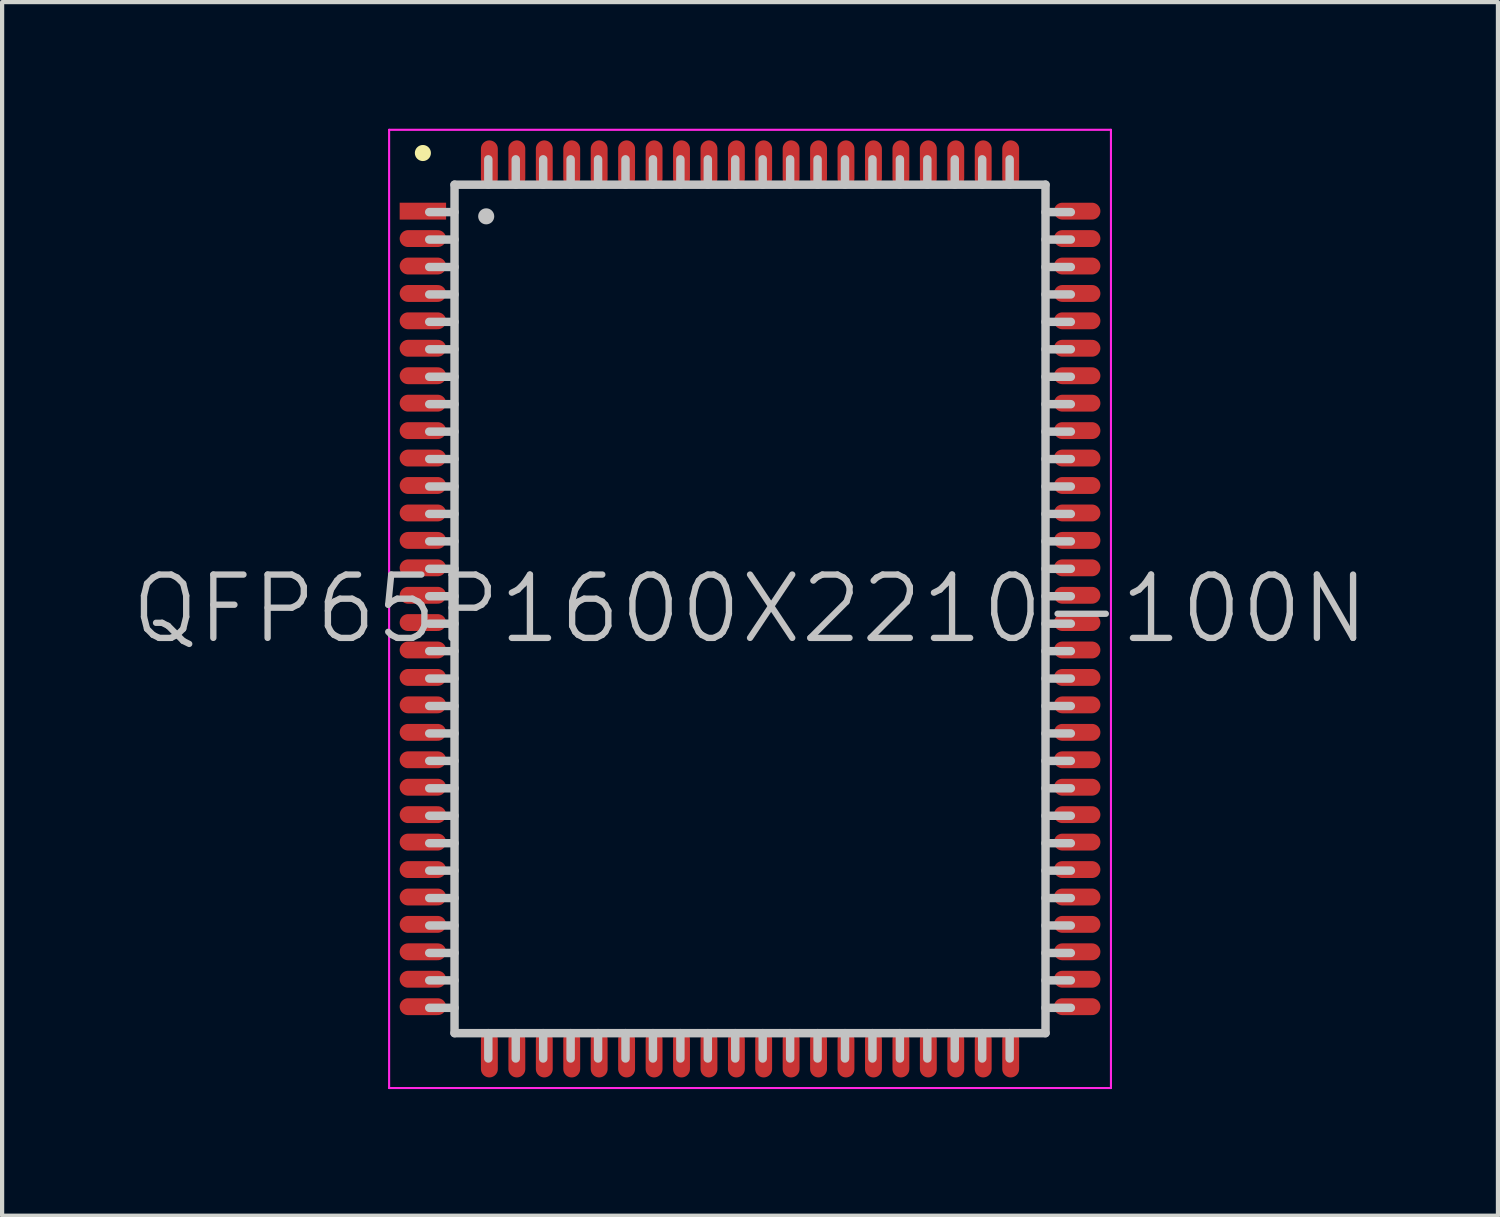
<source format=kicad_pcb>
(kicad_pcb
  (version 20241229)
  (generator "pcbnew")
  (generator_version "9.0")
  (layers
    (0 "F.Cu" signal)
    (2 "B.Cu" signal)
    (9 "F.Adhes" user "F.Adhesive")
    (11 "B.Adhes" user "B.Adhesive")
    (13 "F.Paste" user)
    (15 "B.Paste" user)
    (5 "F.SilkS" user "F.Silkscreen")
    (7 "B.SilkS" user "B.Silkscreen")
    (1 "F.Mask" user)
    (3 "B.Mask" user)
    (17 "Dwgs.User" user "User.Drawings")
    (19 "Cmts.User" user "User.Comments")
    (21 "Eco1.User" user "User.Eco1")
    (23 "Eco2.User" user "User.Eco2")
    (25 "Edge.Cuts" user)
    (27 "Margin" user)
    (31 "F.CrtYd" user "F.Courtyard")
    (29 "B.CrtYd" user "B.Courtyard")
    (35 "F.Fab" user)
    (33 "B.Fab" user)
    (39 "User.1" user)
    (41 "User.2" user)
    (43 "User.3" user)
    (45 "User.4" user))
  (footprint "QFP65P1600X2210-100N"
    (layer "F.Cu")
    (at 14.718 11.375)
    (property "Reference" "QFP65P1600X2210-100N" (at 0 0 0) (layer "Dwgs.User") (effects (font (size 1.5 1.5) (thickness 0.15))))
    (attr smd)
    (fp_line (start -7.75 -10.8) (end -7.75 -10.8) (stroke (width 0.381) (type solid)) (layer "F.SilkS"))
    (fp_line (start -7 -10.05) (end -7 10.05) (stroke (width 0.2) (type solid)) (layer "Dwgs.User"))
    (fp_line (start -7 -10.05) (end 7 -10.05) (stroke (width 0.2) (type solid)) (layer "Dwgs.User"))
    (fp_line (start -7 -9.4) (end -7.6 -9.4) (stroke (width 0.2) (type solid)) (layer "Dwgs.User"))
    (fp_line (start -7 -8.75) (end -7.6 -8.75) (stroke (width 0.2) (type solid)) (layer "Dwgs.User"))
    (fp_line (start -7 -8.1) (end -7.6 -8.1) (stroke (width 0.2) (type solid)) (layer "Dwgs.User"))
    (fp_line (start -7 -7.45) (end -7.6 -7.45) (stroke (width 0.2) (type solid)) (layer "Dwgs.User"))
    (fp_line (start -7 -6.8) (end -7.6 -6.8) (stroke (width 0.2) (type solid)) (layer "Dwgs.User"))
    (fp_line (start -7 -6.15) (end -7.6 -6.15) (stroke (width 0.2) (type solid)) (layer "Dwgs.User"))
    (fp_line (start -7 -5.5) (end -7.6 -5.5) (stroke (width 0.2) (type solid)) (layer "Dwgs.User"))
    (fp_line (start -7 -4.85) (end -7.6 -4.85) (stroke (width 0.2) (type solid)) (layer "Dwgs.User"))
    (fp_line (start -7 -4.2) (end -7.6 -4.2) (stroke (width 0.2) (type solid)) (layer "Dwgs.User"))
    (fp_line (start -7 -3.55) (end -7.6 -3.55) (stroke (width 0.2) (type solid)) (layer "Dwgs.User"))
    (fp_line (start -7 -2.9) (end -7.6 -2.9) (stroke (width 0.2) (type solid)) (layer "Dwgs.User"))
    (fp_line (start -7 -2.25) (end -7.6 -2.25) (stroke (width 0.2) (type solid)) (layer "Dwgs.User"))
    (fp_line (start -7 -1.6) (end -7.6 -1.6) (stroke (width 0.2) (type solid)) (layer "Dwgs.User"))
    (fp_line (start -7 -0.95) (end -7.6 -0.95) (stroke (width 0.2) (type solid)) (layer "Dwgs.User"))
    (fp_line (start -7 -0.3) (end -7.6 -0.3) (stroke (width 0.2) (type solid)) (layer "Dwgs.User"))
    (fp_line (start -7 0.35) (end -7.6 0.35) (stroke (width 0.2) (type solid)) (layer "Dwgs.User"))
    (fp_line (start -7 1) (end -7.6 1) (stroke (width 0.2) (type solid)) (layer "Dwgs.User"))
    (fp_line (start -7 1.65) (end -7.6 1.65) (stroke (width 0.2) (type solid)) (layer "Dwgs.User"))
    (fp_line (start -7 2.3) (end -7.6 2.3) (stroke (width 0.2) (type solid)) (layer "Dwgs.User"))
    (fp_line (start -7 2.95) (end -7.6 2.95) (stroke (width 0.2) (type solid)) (layer "Dwgs.User"))
    (fp_line (start -7 3.6) (end -7.6 3.6) (stroke (width 0.2) (type solid)) (layer "Dwgs.User"))
    (fp_line (start -7 4.25) (end -7.6 4.25) (stroke (width 0.2) (type solid)) (layer "Dwgs.User"))
    (fp_line (start -7 4.9) (end -7.6 4.9) (stroke (width 0.2) (type solid)) (layer "Dwgs.User"))
    (fp_line (start -7 5.55) (end -7.6 5.55) (stroke (width 0.2) (type solid)) (layer "Dwgs.User"))
    (fp_line (start -7 6.2) (end -7.6 6.2) (stroke (width 0.2) (type solid)) (layer "Dwgs.User"))
    (fp_line (start -7 6.85) (end -7.6 6.85) (stroke (width 0.2) (type solid)) (layer "Dwgs.User"))
    (fp_line (start -7 7.5) (end -7.6 7.5) (stroke (width 0.2) (type solid)) (layer "Dwgs.User"))
    (fp_line (start -7 8.15) (end -7.6 8.15) (stroke (width 0.2) (type solid)) (layer "Dwgs.User"))
    (fp_line (start -7 8.8) (end -7.6 8.8) (stroke (width 0.2) (type solid)) (layer "Dwgs.User"))
    (fp_line (start -7 9.45) (end -7.6 9.45) (stroke (width 0.2) (type solid)) (layer "Dwgs.User"))
    (fp_line (start -7 10.05) (end 7 10.05) (stroke (width 0.2) (type solid)) (layer "Dwgs.User"))
    (fp_line (start -6.25 -9.3) (end -6.25 -9.3) (stroke (width 0.381) (type solid)) (layer "Dwgs.User"))
    (fp_line (start -6.2 -10.05) (end -6.2 -10.65) (stroke (width 0.2) (type solid)) (layer "Dwgs.User"))
    (fp_line (start -6.2 10.65) (end -6.2 10.05) (stroke (width 0.2) (type solid)) (layer "Dwgs.User"))
    (fp_line (start -5.55 -10.05) (end -5.55 -10.65) (stroke (width 0.2) (type solid)) (layer "Dwgs.User"))
    (fp_line (start -5.55 10.65) (end -5.55 10.05) (stroke (width 0.2) (type solid)) (layer "Dwgs.User"))
    (fp_line (start -4.9 -10.05) (end -4.9 -10.65) (stroke (width 0.2) (type solid)) (layer "Dwgs.User"))
    (fp_line (start -4.9 10.65) (end -4.9 10.05) (stroke (width 0.2) (type solid)) (layer "Dwgs.User"))
    (fp_line (start -4.25 -10.05) (end -4.25 -10.65) (stroke (width 0.2) (type solid)) (layer "Dwgs.User"))
    (fp_line (start -4.25 10.65) (end -4.25 10.05) (stroke (width 0.2) (type solid)) (layer "Dwgs.User"))
    (fp_line (start -3.6 -10.05) (end -3.6 -10.65) (stroke (width 0.2) (type solid)) (layer "Dwgs.User"))
    (fp_line (start -3.6 10.65) (end -3.6 10.05) (stroke (width 0.2) (type solid)) (layer "Dwgs.User"))
    (fp_line (start -2.95 -10.05) (end -2.95 -10.65) (stroke (width 0.2) (type solid)) (layer "Dwgs.User"))
    (fp_line (start -2.95 10.65) (end -2.95 10.05) (stroke (width 0.2) (type solid)) (layer "Dwgs.User"))
    (fp_line (start -2.3 -10.05) (end -2.3 -10.65) (stroke (width 0.2) (type solid)) (layer "Dwgs.User"))
    (fp_line (start -2.3 10.65) (end -2.3 10.05) (stroke (width 0.2) (type solid)) (layer "Dwgs.User"))
    (fp_line (start -1.65 -10.05) (end -1.65 -10.65) (stroke (width 0.2) (type solid)) (layer "Dwgs.User"))
    (fp_line (start -1.65 10.65) (end -1.65 10.05) (stroke (width 0.2) (type solid)) (layer "Dwgs.User"))
    (fp_line (start -1 -10.05) (end -1 -10.65) (stroke (width 0.2) (type solid)) (layer "Dwgs.User"))
    (fp_line (start -1 10.65) (end -1 10.05) (stroke (width 0.2) (type solid)) (layer "Dwgs.User"))
    (fp_line (start -0.35 -10.05) (end -0.35 -10.65) (stroke (width 0.2) (type solid)) (layer "Dwgs.User"))
    (fp_line (start -0.35 10.65) (end -0.35 10.05) (stroke (width 0.2) (type solid)) (layer "Dwgs.User"))
    (fp_line (start 0.3 -10.05) (end 0.3 -10.65) (stroke (width 0.2) (type solid)) (layer "Dwgs.User"))
    (fp_line (start 0.3 10.65) (end 0.3 10.05) (stroke (width 0.2) (type solid)) (layer "Dwgs.User"))
    (fp_line (start 0.95 -10.05) (end 0.95 -10.65) (stroke (width 0.2) (type solid)) (layer "Dwgs.User"))
    (fp_line (start 0.95 10.65) (end 0.95 10.05) (stroke (width 0.2) (type solid)) (layer "Dwgs.User"))
    (fp_line (start 1.6 -10.05) (end 1.6 -10.65) (stroke (width 0.2) (type solid)) (layer "Dwgs.User"))
    (fp_line (start 1.6 10.65) (end 1.6 10.05) (stroke (width 0.2) (type solid)) (layer "Dwgs.User"))
    (fp_line (start 2.25 -10.05) (end 2.25 -10.65) (stroke (width 0.2) (type solid)) (layer "Dwgs.User"))
    (fp_line (start 2.25 10.65) (end 2.25 10.05) (stroke (width 0.2) (type solid)) (layer "Dwgs.User"))
    (fp_line (start 2.9 -10.05) (end 2.9 -10.65) (stroke (width 0.2) (type solid)) (layer "Dwgs.User"))
    (fp_line (start 2.9 10.65) (end 2.9 10.05) (stroke (width 0.2) (type solid)) (layer "Dwgs.User"))
    (fp_line (start 3.55 -10.05) (end 3.55 -10.65) (stroke (width 0.2) (type solid)) (layer "Dwgs.User"))
    (fp_line (start 3.55 10.65) (end 3.55 10.05) (stroke (width 0.2) (type solid)) (layer "Dwgs.User"))
    (fp_line (start 4.2 -10.05) (end 4.2 -10.65) (stroke (width 0.2) (type solid)) (layer "Dwgs.User"))
    (fp_line (start 4.2 10.65) (end 4.2 10.05) (stroke (width 0.2) (type solid)) (layer "Dwgs.User"))
    (fp_line (start 4.85 -10.05) (end 4.85 -10.65) (stroke (width 0.2) (type solid)) (layer "Dwgs.User"))
    (fp_line (start 4.85 10.65) (end 4.85 10.05) (stroke (width 0.2) (type solid)) (layer "Dwgs.User"))
    (fp_line (start 5.5 -10.05) (end 5.5 -10.65) (stroke (width 0.2) (type solid)) (layer "Dwgs.User"))
    (fp_line (start 5.5 10.65) (end 5.5 10.05) (stroke (width 0.2) (type solid)) (layer "Dwgs.User"))
    (fp_line (start 6.15 -10.05) (end 6.15 -10.65) (stroke (width 0.2) (type solid)) (layer "Dwgs.User"))
    (fp_line (start 6.15 10.65) (end 6.15 10.05) (stroke (width 0.2) (type solid)) (layer "Dwgs.User"))
    (fp_line (start 7 -10.05) (end 7 10.05) (stroke (width 0.2) (type solid)) (layer "Dwgs.User"))
    (fp_line (start 7.6 -9.4) (end 7 -9.4) (stroke (width 0.2) (type solid)) (layer "Dwgs.User"))
    (fp_line (start 7.6 -8.75) (end 7 -8.75) (stroke (width 0.2) (type solid)) (layer "Dwgs.User"))
    (fp_line (start 7.6 -8.1) (end 7 -8.1) (stroke (width 0.2) (type solid)) (layer "Dwgs.User"))
    (fp_line (start 7.6 -7.45) (end 7 -7.45) (stroke (width 0.2) (type solid)) (layer "Dwgs.User"))
    (fp_line (start 7.6 -6.8) (end 7 -6.8) (stroke (width 0.2) (type solid)) (layer "Dwgs.User"))
    (fp_line (start 7.6 -6.15) (end 7 -6.15) (stroke (width 0.2) (type solid)) (layer "Dwgs.User"))
    (fp_line (start 7.6 -5.5) (end 7 -5.5) (stroke (width 0.2) (type solid)) (layer "Dwgs.User"))
    (fp_line (start 7.6 -4.85) (end 7 -4.85) (stroke (width 0.2) (type solid)) (layer "Dwgs.User"))
    (fp_line (start 7.6 -4.2) (end 7 -4.2) (stroke (width 0.2) (type solid)) (layer "Dwgs.User"))
    (fp_line (start 7.6 -3.55) (end 7 -3.55) (stroke (width 0.2) (type solid)) (layer "Dwgs.User"))
    (fp_line (start 7.6 -2.9) (end 7 -2.9) (stroke (width 0.2) (type solid)) (layer "Dwgs.User"))
    (fp_line (start 7.6 -2.25) (end 7 -2.25) (stroke (width 0.2) (type solid)) (layer "Dwgs.User"))
    (fp_line (start 7.6 -1.6) (end 7 -1.6) (stroke (width 0.2) (type solid)) (layer "Dwgs.User"))
    (fp_line (start 7.6 -0.95) (end 7 -0.95) (stroke (width 0.2) (type solid)) (layer "Dwgs.User"))
    (fp_line (start 7.6 -0.3) (end 7 -0.3) (stroke (width 0.2) (type solid)) (layer "Dwgs.User"))
    (fp_line (start 7.6 0.35) (end 7 0.35) (stroke (width 0.2) (type solid)) (layer "Dwgs.User"))
    (fp_line (start 7.6 1) (end 7 1) (stroke (width 0.2) (type solid)) (layer "Dwgs.User"))
    (fp_line (start 7.6 1.65) (end 7 1.65) (stroke (width 0.2) (type solid)) (layer "Dwgs.User"))
    (fp_line (start 7.6 2.3) (end 7 2.3) (stroke (width 0.2) (type solid)) (layer "Dwgs.User"))
    (fp_line (start 7.6 2.95) (end 7 2.95) (stroke (width 0.2) (type solid)) (layer "Dwgs.User"))
    (fp_line (start 7.6 3.6) (end 7 3.6) (stroke (width 0.2) (type solid)) (layer "Dwgs.User"))
    (fp_line (start 7.6 4.25) (end 7 4.25) (stroke (width 0.2) (type solid)) (layer "Dwgs.User"))
    (fp_line (start 7.6 4.9) (end 7 4.9) (stroke (width 0.2) (type solid)) (layer "Dwgs.User"))
    (fp_line (start 7.6 5.55) (end 7 5.55) (stroke (width 0.2) (type solid)) (layer "Dwgs.User"))
    (fp_line (start 7.6 6.2) (end 7 6.2) (stroke (width 0.2) (type solid)) (layer "Dwgs.User"))
    (fp_line (start 7.6 6.85) (end 7 6.85) (stroke (width 0.2) (type solid)) (layer "Dwgs.User"))
    (fp_line (start 7.6 7.5) (end 7 7.5) (stroke (width 0.2) (type solid)) (layer "Dwgs.User"))
    (fp_line (start 7.6 8.15) (end 7 8.15) (stroke (width 0.2) (type solid)) (layer "Dwgs.User"))
    (fp_line (start 7.6 8.8) (end 7 8.8) (stroke (width 0.2) (type solid)) (layer "Dwgs.User"))
    (fp_line (start 7.6 9.45) (end 7 9.45) (stroke (width 0.2) (type solid)) (layer "Dwgs.User"))
    (fp_line (start -8.55 -11.35) (end -8.55 11.35) (stroke (width 0.05) (type solid)) (layer "F.CrtYd"))
    (fp_line (start -8.55 -11.35) (end 8.55 -11.35) (stroke (width 0.05) (type solid)) (layer "F.CrtYd"))
    (fp_line (start -8.55 11.35) (end 8.55 11.35) (stroke (width 0.05) (type solid)) (layer "F.CrtYd"))
    (fp_line (start 8.55 -11.35) (end 8.55 11.35) (stroke (width 0.05) (type solid)) (layer "F.CrtYd"))
    (pad "1" smd rect (at -7.75 -9.423 90) (size 0.4 1.1) (layers "F.Cu" "F.Mask" "F.Paste"))
    (pad "2" smd oval (at -7.75 -8.773 90) (size 0.4 1.1) (layers "F.Cu" "F.Mask" "F.Paste"))
    (pad "3" smd oval (at -7.75 -8.123 90) (size 0.4 1.1) (layers "F.Cu" "F.Mask" "F.Paste"))
    (pad "4" smd oval (at -7.75 -7.473 90) (size 0.4 1.1) (layers "F.Cu" "F.Mask" "F.Paste"))
    (pad "5" smd oval (at -7.75 -6.825 90) (size 0.4 1.1) (layers "F.Cu" "F.Mask" "F.Paste"))
    (pad "6" smd oval (at -7.75 -6.175 90) (size 0.4 1.1) (layers "F.Cu" "F.Mask" "F.Paste"))
    (pad "7" smd oval (at -7.75 -5.524 90) (size 0.4 1.1) (layers "F.Cu" "F.Mask" "F.Paste"))
    (pad "8" smd oval (at -7.75 -4.874 90) (size 0.4 1.1) (layers "F.Cu" "F.Mask" "F.Paste"))
    (pad "9" smd oval (at -7.75 -4.224 90) (size 0.4 1.1) (layers "F.Cu" "F.Mask" "F.Paste"))
    (pad "10" smd oval (at -7.75 -3.574 90) (size 0.4 1.1) (layers "F.Cu" "F.Mask" "F.Paste"))
    (pad "11" smd oval (at -7.75 -2.924 90) (size 0.4 1.1) (layers "F.Cu" "F.Mask" "F.Paste"))
    (pad "12" smd oval (at -7.75 -2.273 90) (size 0.4 1.1) (layers "F.Cu" "F.Mask" "F.Paste"))
    (pad "13" smd oval (at -7.75 -1.623 90) (size 0.4 1.1) (layers "F.Cu" "F.Mask" "F.Paste"))
    (pad "14" smd oval (at -7.75 -0.973 90) (size 0.4 1.1) (layers "F.Cu" "F.Mask" "F.Paste"))
    (pad "15" smd oval (at -7.75 -0.323 90) (size 0.4 1.1) (layers "F.Cu" "F.Mask" "F.Paste"))
    (pad "16" smd oval (at -7.75 0.323 90) (size 0.4 1.1) (layers "F.Cu" "F.Mask" "F.Paste"))
    (pad "17" smd oval (at -7.75 0.973 90) (size 0.4 1.1) (layers "F.Cu" "F.Mask" "F.Paste"))
    (pad "18" smd oval (at -7.75 1.623 90) (size 0.4 1.1) (layers "F.Cu" "F.Mask" "F.Paste"))
    (pad "19" smd oval (at -7.75 2.273 90) (size 0.4 1.1) (layers "F.Cu" "F.Mask" "F.Paste"))
    (pad "20" smd oval (at -7.75 2.924 90) (size 0.4 1.1) (layers "F.Cu" "F.Mask" "F.Paste"))
    (pad "21" smd oval (at -7.75 3.574 90) (size 0.4 1.1) (layers "F.Cu" "F.Mask" "F.Paste"))
    (pad "22" smd oval (at -7.75 4.224 90) (size 0.4 1.1) (layers "F.Cu" "F.Mask" "F.Paste"))
    (pad "23" smd oval (at -7.75 4.874 90) (size 0.4 1.1) (layers "F.Cu" "F.Mask" "F.Paste"))
    (pad "24" smd oval (at -7.75 5.524 90) (size 0.4 1.1) (layers "F.Cu" "F.Mask" "F.Paste"))
    (pad "25" smd oval (at -7.75 6.175 90) (size 0.4 1.1) (layers "F.Cu" "F.Mask" "F.Paste"))
    (pad "26" smd oval (at -7.75 6.825 90) (size 0.4 1.1) (layers "F.Cu" "F.Mask" "F.Paste"))
    (pad "27" smd oval (at -7.75 7.473 90) (size 0.4 1.1) (layers "F.Cu" "F.Mask" "F.Paste"))
    (pad "28" smd oval (at -7.75 8.123 90) (size 0.4 1.1) (layers "F.Cu" "F.Mask" "F.Paste"))
    (pad "29" smd oval (at -7.75 8.773 90) (size 0.4 1.1) (layers "F.Cu" "F.Mask" "F.Paste"))
    (pad "30" smd oval (at -7.75 9.423 90) (size 0.4 1.1) (layers "F.Cu" "F.Mask" "F.Paste"))
    (pad "31" smd oval (at -6.175 10.549 180) (size 0.4 1.1) (layers "F.Cu" "F.Mask" "F.Paste"))
    (pad "32" smd oval (at -5.524 10.549 180) (size 0.4 1.1) (layers "F.Cu" "F.Mask" "F.Paste"))
    (pad "33" smd oval (at -4.874 10.549 180) (size 0.4 1.1) (layers "F.Cu" "F.Mask" "F.Paste"))
    (pad "34" smd oval (at -4.224 10.549 180) (size 0.4 1.1) (layers "F.Cu" "F.Mask" "F.Paste"))
    (pad "35" smd oval (at -3.574 10.549 180) (size 0.4 1.1) (layers "F.Cu" "F.Mask" "F.Paste"))
    (pad "36" smd oval (at -2.924 10.549 180) (size 0.4 1.1) (layers "F.Cu" "F.Mask" "F.Paste"))
    (pad "37" smd oval (at -2.273 10.549 180) (size 0.4 1.1) (layers "F.Cu" "F.Mask" "F.Paste"))
    (pad "38" smd oval (at -1.623 10.549 180) (size 0.4 1.1) (layers "F.Cu" "F.Mask" "F.Paste"))
    (pad "39" smd oval (at -0.973 10.549 180) (size 0.4 1.1) (layers "F.Cu" "F.Mask" "F.Paste"))
    (pad "40" smd oval (at -0.323 10.549 180) (size 0.4 1.1) (layers "F.Cu" "F.Mask" "F.Paste"))
    (pad "41" smd oval (at 0.323 10.549 180) (size 0.4 1.1) (layers "F.Cu" "F.Mask" "F.Paste"))
    (pad "42" smd oval (at 0.973 10.549 180) (size 0.4 1.1) (layers "F.Cu" "F.Mask" "F.Paste"))
    (pad "43" smd oval (at 1.623 10.549 180) (size 0.4 1.1) (layers "F.Cu" "F.Mask" "F.Paste"))
    (pad "44" smd oval (at 2.273 10.549 180) (size 0.4 1.1) (layers "F.Cu" "F.Mask" "F.Paste"))
    (pad "45" smd oval (at 2.924 10.549 180) (size 0.4 1.1) (layers "F.Cu" "F.Mask" "F.Paste"))
    (pad "46" smd oval (at 3.574 10.549 180) (size 0.4 1.1) (layers "F.Cu" "F.Mask" "F.Paste"))
    (pad "47" smd oval (at 4.224 10.549 180) (size 0.4 1.1) (layers "F.Cu" "F.Mask" "F.Paste"))
    (pad "48" smd oval (at 4.874 10.549 180) (size 0.4 1.1) (layers "F.Cu" "F.Mask" "F.Paste"))
    (pad "49" smd oval (at 5.524 10.549 180) (size 0.4 1.1) (layers "F.Cu" "F.Mask" "F.Paste"))
    (pad "50" smd oval (at 6.175 10.549 180) (size 0.4 1.1) (layers "F.Cu" "F.Mask" "F.Paste"))
    (pad "51" smd oval (at 7.75 9.423 270) (size 0.4 1.1) (layers "F.Cu" "F.Mask" "F.Paste"))
    (pad "52" smd oval (at 7.75 8.773 270) (size 0.4 1.1) (layers "F.Cu" "F.Mask" "F.Paste"))
    (pad "53" smd oval (at 7.75 8.123 270) (size 0.4 1.1) (layers "F.Cu" "F.Mask" "F.Paste"))
    (pad "54" smd oval (at 7.75 7.473 270) (size 0.4 1.1) (layers "F.Cu" "F.Mask" "F.Paste"))
    (pad "55" smd oval (at 7.75 6.825 270) (size 0.4 1.1) (layers "F.Cu" "F.Mask" "F.Paste"))
    (pad "56" smd oval (at 7.75 6.175 270) (size 0.4 1.1) (layers "F.Cu" "F.Mask" "F.Paste"))
    (pad "57" smd oval (at 7.75 5.524 270) (size 0.4 1.1) (layers "F.Cu" "F.Mask" "F.Paste"))
    (pad "58" smd oval (at 7.75 4.874 270) (size 0.4 1.1) (layers "F.Cu" "F.Mask" "F.Paste"))
    (pad "59" smd oval (at 7.75 4.224 270) (size 0.4 1.1) (layers "F.Cu" "F.Mask" "F.Paste"))
    (pad "60" smd oval (at 7.75 3.574 270) (size 0.4 1.1) (layers "F.Cu" "F.Mask" "F.Paste"))
    (pad "61" smd oval (at 7.75 2.924 270) (size 0.4 1.1) (layers "F.Cu" "F.Mask" "F.Paste"))
    (pad "62" smd oval (at 7.75 2.273 270) (size 0.4 1.1) (layers "F.Cu" "F.Mask" "F.Paste"))
    (pad "63" smd oval (at 7.75 1.623 270) (size 0.4 1.1) (layers "F.Cu" "F.Mask" "F.Paste"))
    (pad "64" smd oval (at 7.75 0.973 270) (size 0.4 1.1) (layers "F.Cu" "F.Mask" "F.Paste"))
    (pad "65" smd oval (at 7.75 0.323 270) (size 0.4 1.1) (layers "F.Cu" "F.Mask" "F.Paste"))
    (pad "66" smd oval (at 7.75 -0.323 270) (size 0.4 1.1) (layers "F.Cu" "F.Mask" "F.Paste"))
    (pad "67" smd oval (at 7.75 -0.973 270) (size 0.4 1.1) (layers "F.Cu" "F.Mask" "F.Paste"))
    (pad "68" smd oval (at 7.75 -1.623 270) (size 0.4 1.1) (layers "F.Cu" "F.Mask" "F.Paste"))
    (pad "69" smd oval (at 7.75 -2.273 270) (size 0.4 1.1) (layers "F.Cu" "F.Mask" "F.Paste"))
    (pad "70" smd oval (at 7.75 -2.924 270) (size 0.4 1.1) (layers "F.Cu" "F.Mask" "F.Paste"))
    (pad "71" smd oval (at 7.75 -3.574 270) (size 0.4 1.1) (layers "F.Cu" "F.Mask" "F.Paste"))
    (pad "72" smd oval (at 7.75 -4.224 270) (size 0.4 1.1) (layers "F.Cu" "F.Mask" "F.Paste"))
    (pad "73" smd oval (at 7.75 -4.874 270) (size 0.4 1.1) (layers "F.Cu" "F.Mask" "F.Paste"))
    (pad "74" smd oval (at 7.75 -5.524 270) (size 0.4 1.1) (layers "F.Cu" "F.Mask" "F.Paste"))
    (pad "75" smd oval (at 7.75 -6.175 270) (size 0.4 1.1) (layers "F.Cu" "F.Mask" "F.Paste"))
    (pad "76" smd oval (at 7.75 -6.825 270) (size 0.4 1.1) (layers "F.Cu" "F.Mask" "F.Paste"))
    (pad "77" smd oval (at 7.75 -7.473 270) (size 0.4 1.1) (layers "F.Cu" "F.Mask" "F.Paste"))
    (pad "78" smd oval (at 7.75 -8.123 270) (size 0.4 1.1) (layers "F.Cu" "F.Mask" "F.Paste"))
    (pad "79" smd oval (at 7.75 -8.773 270) (size 0.4 1.1) (layers "F.Cu" "F.Mask" "F.Paste"))
    (pad "80" smd oval (at 7.75 -9.423 270) (size 0.4 1.1) (layers "F.Cu" "F.Mask" "F.Paste"))
    (pad "81" smd oval (at 6.175 -10.549) (size 0.4 1.1) (layers "F.Cu" "F.Mask" "F.Paste"))
    (pad "82" smd oval (at 5.524 -10.549) (size 0.4 1.1) (layers "F.Cu" "F.Mask" "F.Paste"))
    (pad "83" smd oval (at 4.874 -10.549) (size 0.4 1.1) (layers "F.Cu" "F.Mask" "F.Paste"))
    (pad "84" smd oval (at 4.224 -10.549) (size 0.4 1.1) (layers "F.Cu" "F.Mask" "F.Paste"))
    (pad "85" smd oval (at 3.574 -10.549) (size 0.4 1.1) (layers "F.Cu" "F.Mask" "F.Paste"))
    (pad "86" smd oval (at 2.924 -10.549) (size 0.4 1.1) (layers "F.Cu" "F.Mask" "F.Paste"))
    (pad "87" smd oval (at 2.273 -10.549) (size 0.4 1.1) (layers "F.Cu" "F.Mask" "F.Paste"))
    (pad "88" smd oval (at 1.623 -10.549) (size 0.4 1.1) (layers "F.Cu" "F.Mask" "F.Paste"))
    (pad "89" smd oval (at 0.973 -10.549) (size 0.4 1.1) (layers "F.Cu" "F.Mask" "F.Paste"))
    (pad "90" smd oval (at 0.323 -10.549) (size 0.4 1.1) (layers "F.Cu" "F.Mask" "F.Paste"))
    (pad "91" smd oval (at -0.323 -10.549) (size 0.4 1.1) (layers "F.Cu" "F.Mask" "F.Paste"))
    (pad "92" smd oval (at -0.973 -10.549) (size 0.4 1.1) (layers "F.Cu" "F.Mask" "F.Paste"))
    (pad "93" smd oval (at -1.623 -10.549) (size 0.4 1.1) (layers "F.Cu" "F.Mask" "F.Paste"))
    (pad "94" smd oval (at -2.273 -10.549) (size 0.4 1.1) (layers "F.Cu" "F.Mask" "F.Paste"))
    (pad "95" smd oval (at -2.924 -10.549) (size 0.4 1.1) (layers "F.Cu" "F.Mask" "F.Paste"))
    (pad "96" smd oval (at -3.574 -10.549) (size 0.4 1.1) (layers "F.Cu" "F.Mask" "F.Paste"))
    (pad "97" smd oval (at -4.224 -10.549) (size 0.4 1.1) (layers "F.Cu" "F.Mask" "F.Paste"))
    (pad "98" smd oval (at -4.874 -10.549) (size 0.4 1.1) (layers "F.Cu" "F.Mask" "F.Paste"))
    (pad "99" smd oval (at -5.524 -10.549) (size 0.4 1.1) (layers "F.Cu" "F.Mask" "F.Paste"))
    (pad "100" smd oval (at -6.175 -10.549) (size 0.4 1.1) (layers "F.Cu" "F.Mask" "F.Paste")))
  (gr_rect
    (start -3 -3)
    (end 32.436 25.75)
    (stroke (width 0.1) (type default))
    (fill no)
    (layer "Edge.Cuts")))
</source>
